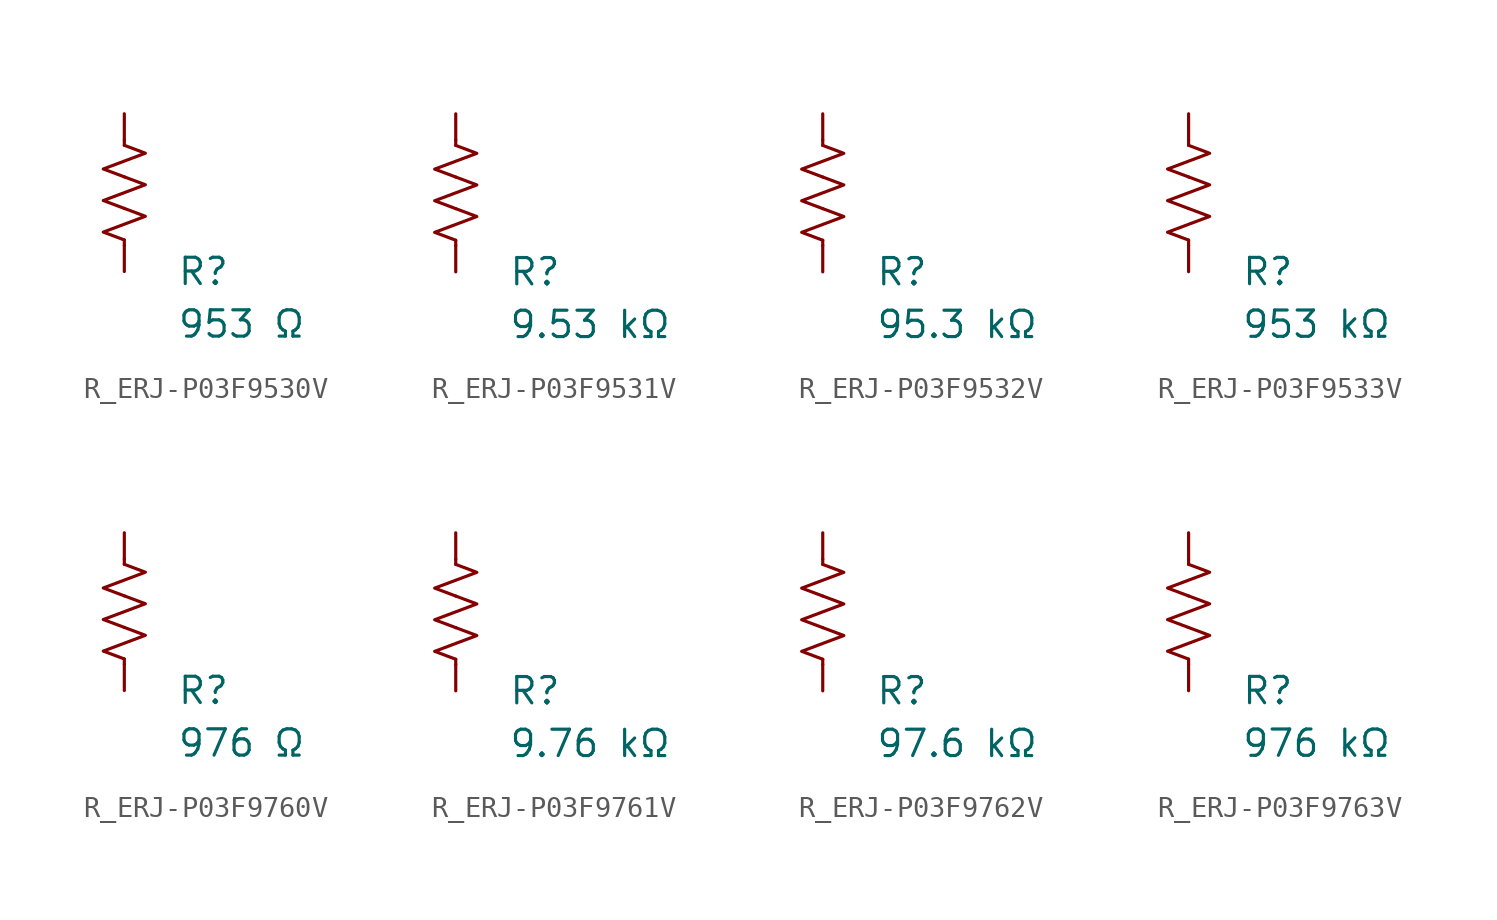
<source format=kicad_sym>
(kicad_symbol_lib
  (version 20231120)
  (generator "kicad_symbol_editor")
  (generator_version "8.0")
  (symbol "R_ERJ-P03F9530V"
    (pin_numbers hide)
    (pin_names
      (offset 0))
    (property "Reference" "R"
      (at 2.54 -3.81 0)
      (effects (font (size 1.27 1.27)) (justify left))
      (show_name no))
    (property "Value" "953 Ω"
      (at 2.54 -6.35 0)
      (effects (font (size 1.27 1.27)) (justify left))
      (show_name no))
    (symbol "R_ERJ-P03F9530V_0_1"
      (polyline (pts (xy 0 -2.286) (xy 0 -2.54)) (stroke (width 0) (type default)) (fill (type none)))
      (polyline (pts (xy 0 2.286) (xy 0 2.54)) (stroke (width 0) (type default)) (fill (type none)))
      (polyline (pts (xy 0 -0.762) (xy 1.016 -1.143) (xy 0 -1.524) (xy -1.016 -1.905) (xy 0 -2.286)) (stroke (width 0) (type default)) (fill (type none)))
      (polyline (pts (xy 0 0.762) (xy 1.016 0.381) (xy 0 0) (xy -1.016 -0.381) (xy 0 -0.762)) (stroke (width 0) (type default)) (fill (type none)))
      (polyline (pts (xy 0 2.286) (xy 1.016 1.905) (xy 0 1.524) (xy -1.016 1.143) (xy 0 0.762)) (stroke (width 0) (type default)) (fill (type none))))
    (symbol "R_ERJ-P03F9530V_1_1"
      (pin passive line (at 0 3.81 270) (length 1.27) (name "~" (effects (font (size 1.27 1.27)))) (number "1" (effects (font (size 1.27 1.27)))))
      (pin passive line (at 0 -3.81 90) (length 1.27) (name "~" (effects (font (size 1.27 1.27)))) (number "2" (effects (font (size 1.27 1.27)))))))
  (symbol "R_ERJ-P03F9531V"
    (pin_numbers hide)
    (pin_names
      (offset 0))
    (property "Reference" "R"
      (at 2.54 -3.81 0)
      (effects (font (size 1.27 1.27)) (justify left))
      (show_name no))
    (property "Value" "9.53 kΩ"
      (at 2.54 -6.35 0)
      (effects (font (size 1.27 1.27)) (justify left))
      (show_name no))
    (symbol "R_ERJ-P03F9531V_0_1"
      (polyline (pts (xy 0 -2.286) (xy 0 -2.54)) (stroke (width 0) (type default)) (fill (type none)))
      (polyline (pts (xy 0 2.286) (xy 0 2.54)) (stroke (width 0) (type default)) (fill (type none)))
      (polyline (pts (xy 0 -0.762) (xy 1.016 -1.143) (xy 0 -1.524) (xy -1.016 -1.905) (xy 0 -2.286)) (stroke (width 0) (type default)) (fill (type none)))
      (polyline (pts (xy 0 0.762) (xy 1.016 0.381) (xy 0 0) (xy -1.016 -0.381) (xy 0 -0.762)) (stroke (width 0) (type default)) (fill (type none)))
      (polyline (pts (xy 0 2.286) (xy 1.016 1.905) (xy 0 1.524) (xy -1.016 1.143) (xy 0 0.762)) (stroke (width 0) (type default)) (fill (type none))))
    (symbol "R_ERJ-P03F9531V_1_1"
      (pin passive line (at 0 3.81 270) (length 1.27) (name "~" (effects (font (size 1.27 1.27)))) (number "1" (effects (font (size 1.27 1.27)))))
      (pin passive line (at 0 -3.81 90) (length 1.27) (name "~" (effects (font (size 1.27 1.27)))) (number "2" (effects (font (size 1.27 1.27)))))))
  (symbol "R_ERJ-P03F9532V"
    (pin_numbers hide)
    (pin_names
      (offset 0))
    (property "Reference" "R"
      (at 2.54 -3.81 0)
      (effects (font (size 1.27 1.27)) (justify left))
      (show_name no))
    (property "Value" "95.3 kΩ"
      (at 2.54 -6.35 0)
      (effects (font (size 1.27 1.27)) (justify left))
      (show_name no))
    (symbol "R_ERJ-P03F9532V_0_1"
      (polyline (pts (xy 0 -2.286) (xy 0 -2.54)) (stroke (width 0) (type default)) (fill (type none)))
      (polyline (pts (xy 0 2.286) (xy 0 2.54)) (stroke (width 0) (type default)) (fill (type none)))
      (polyline (pts (xy 0 -0.762) (xy 1.016 -1.143) (xy 0 -1.524) (xy -1.016 -1.905) (xy 0 -2.286)) (stroke (width 0) (type default)) (fill (type none)))
      (polyline (pts (xy 0 0.762) (xy 1.016 0.381) (xy 0 0) (xy -1.016 -0.381) (xy 0 -0.762)) (stroke (width 0) (type default)) (fill (type none)))
      (polyline (pts (xy 0 2.286) (xy 1.016 1.905) (xy 0 1.524) (xy -1.016 1.143) (xy 0 0.762)) (stroke (width 0) (type default)) (fill (type none))))
    (symbol "R_ERJ-P03F9532V_1_1"
      (pin passive line (at 0 3.81 270) (length 1.27) (name "~" (effects (font (size 1.27 1.27)))) (number "1" (effects (font (size 1.27 1.27)))))
      (pin passive line (at 0 -3.81 90) (length 1.27) (name "~" (effects (font (size 1.27 1.27)))) (number "2" (effects (font (size 1.27 1.27)))))))
  (symbol "R_ERJ-P03F9533V"
    (pin_numbers hide)
    (pin_names
      (offset 0))
    (property "Reference" "R"
      (at 2.54 -3.81 0)
      (effects (font (size 1.27 1.27)) (justify left))
      (show_name no))
    (property "Value" "953 kΩ"
      (at 2.54 -6.35 0)
      (effects (font (size 1.27 1.27)) (justify left))
      (show_name no))
    (symbol "R_ERJ-P03F9533V_0_1"
      (polyline (pts (xy 0 -2.286) (xy 0 -2.54)) (stroke (width 0) (type default)) (fill (type none)))
      (polyline (pts (xy 0 2.286) (xy 0 2.54)) (stroke (width 0) (type default)) (fill (type none)))
      (polyline (pts (xy 0 -0.762) (xy 1.016 -1.143) (xy 0 -1.524) (xy -1.016 -1.905) (xy 0 -2.286)) (stroke (width 0) (type default)) (fill (type none)))
      (polyline (pts (xy 0 0.762) (xy 1.016 0.381) (xy 0 0) (xy -1.016 -0.381) (xy 0 -0.762)) (stroke (width 0) (type default)) (fill (type none)))
      (polyline (pts (xy 0 2.286) (xy 1.016 1.905) (xy 0 1.524) (xy -1.016 1.143) (xy 0 0.762)) (stroke (width 0) (type default)) (fill (type none))))
    (symbol "R_ERJ-P03F9533V_1_1"
      (pin passive line (at 0 3.81 270) (length 1.27) (name "~" (effects (font (size 1.27 1.27)))) (number "1" (effects (font (size 1.27 1.27)))))
      (pin passive line (at 0 -3.81 90) (length 1.27) (name "~" (effects (font (size 1.27 1.27)))) (number "2" (effects (font (size 1.27 1.27)))))))
  (symbol "R_ERJ-P03F9760V"
    (pin_numbers hide)
    (pin_names
      (offset 0))
    (property "Reference" "R"
      (at 2.54 -3.81 0)
      (effects (font (size 1.27 1.27)) (justify left))
      (show_name no))
    (property "Value" "976 Ω"
      (at 2.54 -6.35 0)
      (effects (font (size 1.27 1.27)) (justify left))
      (show_name no))
    (symbol "R_ERJ-P03F9760V_0_1"
      (polyline (pts (xy 0 -2.286) (xy 0 -2.54)) (stroke (width 0) (type default)) (fill (type none)))
      (polyline (pts (xy 0 2.286) (xy 0 2.54)) (stroke (width 0) (type default)) (fill (type none)))
      (polyline (pts (xy 0 -0.762) (xy 1.016 -1.143) (xy 0 -1.524) (xy -1.016 -1.905) (xy 0 -2.286)) (stroke (width 0) (type default)) (fill (type none)))
      (polyline (pts (xy 0 0.762) (xy 1.016 0.381) (xy 0 0) (xy -1.016 -0.381) (xy 0 -0.762)) (stroke (width 0) (type default)) (fill (type none)))
      (polyline (pts (xy 0 2.286) (xy 1.016 1.905) (xy 0 1.524) (xy -1.016 1.143) (xy 0 0.762)) (stroke (width 0) (type default)) (fill (type none))))
    (symbol "R_ERJ-P03F9760V_1_1"
      (pin passive line (at 0 3.81 270) (length 1.27) (name "~" (effects (font (size 1.27 1.27)))) (number "1" (effects (font (size 1.27 1.27)))))
      (pin passive line (at 0 -3.81 90) (length 1.27) (name "~" (effects (font (size 1.27 1.27)))) (number "2" (effects (font (size 1.27 1.27)))))))
  (symbol "R_ERJ-P03F9761V"
    (pin_numbers hide)
    (pin_names
      (offset 0))
    (property "Reference" "R"
      (at 2.54 -3.81 0)
      (effects (font (size 1.27 1.27)) (justify left))
      (show_name no))
    (property "Value" "9.76 kΩ"
      (at 2.54 -6.35 0)
      (effects (font (size 1.27 1.27)) (justify left))
      (show_name no))
    (symbol "R_ERJ-P03F9761V_0_1"
      (polyline (pts (xy 0 -2.286) (xy 0 -2.54)) (stroke (width 0) (type default)) (fill (type none)))
      (polyline (pts (xy 0 2.286) (xy 0 2.54)) (stroke (width 0) (type default)) (fill (type none)))
      (polyline (pts (xy 0 -0.762) (xy 1.016 -1.143) (xy 0 -1.524) (xy -1.016 -1.905) (xy 0 -2.286)) (stroke (width 0) (type default)) (fill (type none)))
      (polyline (pts (xy 0 0.762) (xy 1.016 0.381) (xy 0 0) (xy -1.016 -0.381) (xy 0 -0.762)) (stroke (width 0) (type default)) (fill (type none)))
      (polyline (pts (xy 0 2.286) (xy 1.016 1.905) (xy 0 1.524) (xy -1.016 1.143) (xy 0 0.762)) (stroke (width 0) (type default)) (fill (type none))))
    (symbol "R_ERJ-P03F9761V_1_1"
      (pin passive line (at 0 3.81 270) (length 1.27) (name "~" (effects (font (size 1.27 1.27)))) (number "1" (effects (font (size 1.27 1.27)))))
      (pin passive line (at 0 -3.81 90) (length 1.27) (name "~" (effects (font (size 1.27 1.27)))) (number "2" (effects (font (size 1.27 1.27)))))))
  (symbol "R_ERJ-P03F9762V"
    (pin_numbers hide)
    (pin_names
      (offset 0))
    (property "Reference" "R"
      (at 2.54 -3.81 0)
      (effects (font (size 1.27 1.27)) (justify left))
      (show_name no))
    (property "Value" "97.6 kΩ"
      (at 2.54 -6.35 0)
      (effects (font (size 1.27 1.27)) (justify left))
      (show_name no))
    (symbol "R_ERJ-P03F9762V_0_1"
      (polyline (pts (xy 0 -2.286) (xy 0 -2.54)) (stroke (width 0) (type default)) (fill (type none)))
      (polyline (pts (xy 0 2.286) (xy 0 2.54)) (stroke (width 0) (type default)) (fill (type none)))
      (polyline (pts (xy 0 -0.762) (xy 1.016 -1.143) (xy 0 -1.524) (xy -1.016 -1.905) (xy 0 -2.286)) (stroke (width 0) (type default)) (fill (type none)))
      (polyline (pts (xy 0 0.762) (xy 1.016 0.381) (xy 0 0) (xy -1.016 -0.381) (xy 0 -0.762)) (stroke (width 0) (type default)) (fill (type none)))
      (polyline (pts (xy 0 2.286) (xy 1.016 1.905) (xy 0 1.524) (xy -1.016 1.143) (xy 0 0.762)) (stroke (width 0) (type default)) (fill (type none))))
    (symbol "R_ERJ-P03F9762V_1_1"
      (pin passive line (at 0 3.81 270) (length 1.27) (name "~" (effects (font (size 1.27 1.27)))) (number "1" (effects (font (size 1.27 1.27)))))
      (pin passive line (at 0 -3.81 90) (length 1.27) (name "~" (effects (font (size 1.27 1.27)))) (number "2" (effects (font (size 1.27 1.27)))))))
  (symbol "R_ERJ-P03F9763V"
    (pin_numbers hide)
    (pin_names
      (offset 0))
    (property "Reference" "R"
      (at 2.54 -3.81 0)
      (effects (font (size 1.27 1.27)) (justify left))
      (show_name no))
    (property "Value" "976 kΩ"
      (at 2.54 -6.35 0)
      (effects (font (size 1.27 1.27)) (justify left))
      (show_name no))
    (symbol "R_ERJ-P03F9763V_0_1"
      (polyline (pts (xy 0 -2.286) (xy 0 -2.54)) (stroke (width 0) (type default)) (fill (type none)))
      (polyline (pts (xy 0 2.286) (xy 0 2.54)) (stroke (width 0) (type default)) (fill (type none)))
      (polyline (pts (xy 0 -0.762) (xy 1.016 -1.143) (xy 0 -1.524) (xy -1.016 -1.905) (xy 0 -2.286)) (stroke (width 0) (type default)) (fill (type none)))
      (polyline (pts (xy 0 0.762) (xy 1.016 0.381) (xy 0 0) (xy -1.016 -0.381) (xy 0 -0.762)) (stroke (width 0) (type default)) (fill (type none)))
      (polyline (pts (xy 0 2.286) (xy 1.016 1.905) (xy 0 1.524) (xy -1.016 1.143) (xy 0 0.762)) (stroke (width 0) (type default)) (fill (type none))))
    (symbol "R_ERJ-P03F9763V_1_1"
      (pin passive line (at 0 3.81 270) (length 1.27) (name "~" (effects (font (size 1.27 1.27)))) (number "1" (effects (font (size 1.27 1.27)))))
      (pin passive line (at 0 -3.81 90) (length 1.27) (name "~" (effects (font (size 1.27 1.27)))) (number "2" (effects (font (size 1.27 1.27))))))))
</source>
